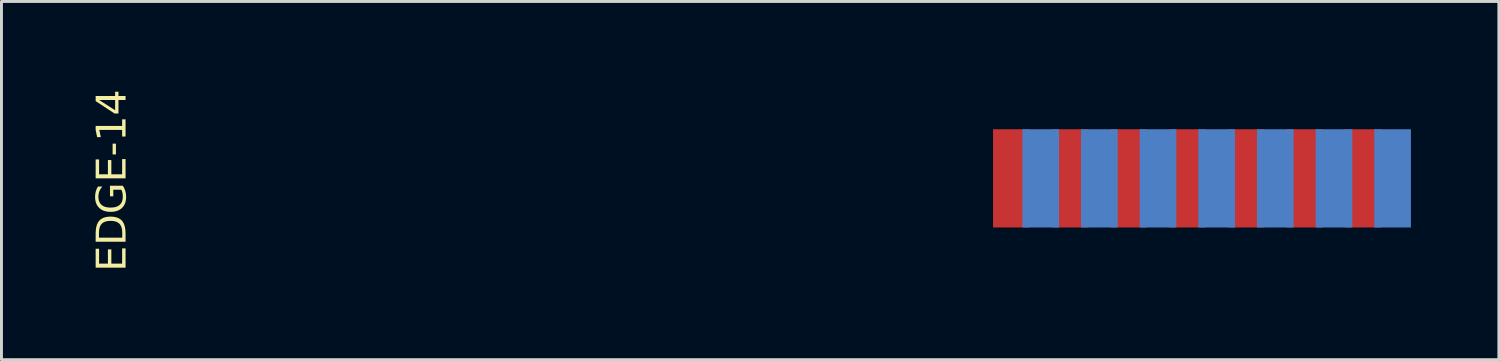
<source format=kicad_pcb>
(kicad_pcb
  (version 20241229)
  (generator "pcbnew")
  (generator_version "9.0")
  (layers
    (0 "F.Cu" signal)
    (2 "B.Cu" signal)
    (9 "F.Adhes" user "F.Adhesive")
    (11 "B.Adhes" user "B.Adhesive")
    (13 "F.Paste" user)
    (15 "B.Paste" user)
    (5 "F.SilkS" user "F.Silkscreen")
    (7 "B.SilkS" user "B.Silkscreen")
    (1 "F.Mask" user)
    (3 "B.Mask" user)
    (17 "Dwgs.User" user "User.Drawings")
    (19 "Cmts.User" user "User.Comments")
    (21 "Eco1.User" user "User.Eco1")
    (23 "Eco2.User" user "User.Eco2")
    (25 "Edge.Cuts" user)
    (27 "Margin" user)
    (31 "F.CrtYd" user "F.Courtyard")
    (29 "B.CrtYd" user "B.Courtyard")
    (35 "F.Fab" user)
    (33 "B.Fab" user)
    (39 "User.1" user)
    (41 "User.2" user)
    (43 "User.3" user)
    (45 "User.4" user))
  (footprint "EDGE-14"
    (layer "F.Cu")
    (at 31.942 3.108)
    (property "Reference" "EDGE-14" (at -31.125 0 90) (layer "F.SilkS") (effects (font (face "Futura") (size 1 1) (thickness 0.15))))
    (attr smd exclude_from_pos_files)
    (pad "1" smd rect (at -0.5 -0.075) (size 1.25 3.35) (layers "F.Cu" "F.Mask" "F.Paste"))
    (pad "2" smd rect (at 0.5 -0.075) (size 1.25 3.35) (layers "B.Cu" "B.Mask" "B.Paste"))
    (pad "3" smd rect (at 1.5 -0.075) (size 1.25 3.35) (layers "F.Cu" "F.Mask" "F.Paste"))
    (pad "4" smd rect (at 2.5 -0.075) (size 1.25 3.35) (layers "B.Cu" "B.Mask" "B.Paste"))
    (pad "5" smd rect (at 3.5 -0.075) (size 1.25 3.35) (layers "F.Cu" "F.Mask" "F.Paste"))
    (pad "6" smd rect (at 4.5 -0.075) (size 1.25 3.35) (layers "B.Cu" "B.Mask" "B.Paste"))
    (pad "7" smd rect (at 5.5 -0.075) (size 1.25 3.35) (layers "F.Cu" "F.Mask" "F.Paste"))
    (pad "8" smd rect (at 6.5 -0.075) (size 1.25 3.35) (layers "B.Cu" "B.Mask" "B.Paste"))
    (pad "9" smd rect (at 7.5 -0.075) (size 1.25 3.35) (layers "F.Cu" "F.Mask" "F.Paste"))
    (pad "10" smd rect (at 8.5 -0.075) (size 1.25 3.35) (layers "B.Cu" "B.Mask" "B.Paste"))
    (pad "11" smd rect (at 9.5 -0.075) (size 1.25 3.35) (layers "F.Cu" "F.Mask" "F.Paste"))
    (pad "12" smd rect (at 10.5 -0.075) (size 1.25 3.35) (layers "B.Cu" "B.Mask" "B.Paste"))
    (pad "13" smd rect (at 11.5 -0.075) (size 1.25 3.35) (layers "F.Cu" "F.Mask" "F.Paste"))
    (pad "14" smd rect (at 12.5 -0.075) (size 1.25 3.35) (layers "B.Cu" "B.Mask" "B.Paste")))
  (gr_rect
    (start -3 -3)
    (end 48.067 9.215)
    (stroke (width 0.1) (type default))
    (fill no)
    (layer "Edge.Cuts")))
</source>
